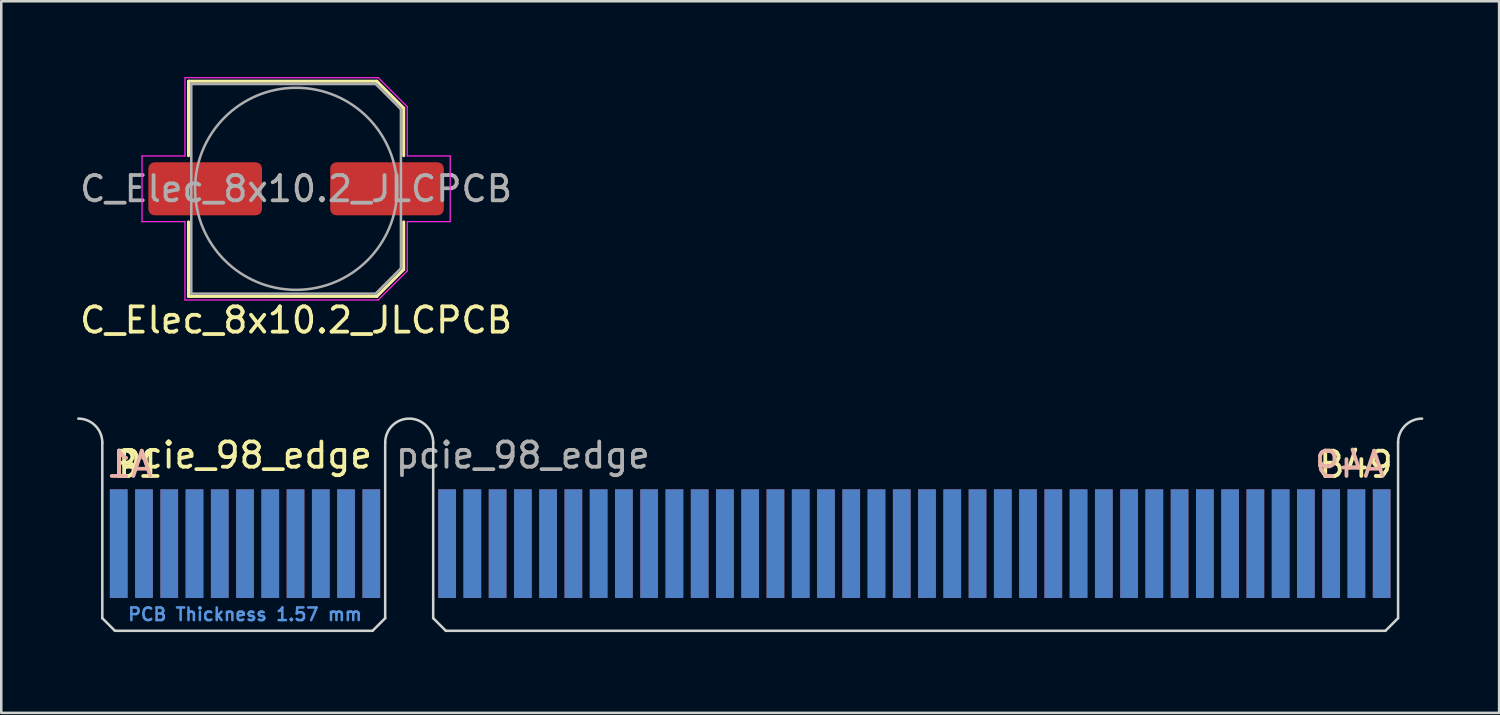
<source format=kicad_pcb>
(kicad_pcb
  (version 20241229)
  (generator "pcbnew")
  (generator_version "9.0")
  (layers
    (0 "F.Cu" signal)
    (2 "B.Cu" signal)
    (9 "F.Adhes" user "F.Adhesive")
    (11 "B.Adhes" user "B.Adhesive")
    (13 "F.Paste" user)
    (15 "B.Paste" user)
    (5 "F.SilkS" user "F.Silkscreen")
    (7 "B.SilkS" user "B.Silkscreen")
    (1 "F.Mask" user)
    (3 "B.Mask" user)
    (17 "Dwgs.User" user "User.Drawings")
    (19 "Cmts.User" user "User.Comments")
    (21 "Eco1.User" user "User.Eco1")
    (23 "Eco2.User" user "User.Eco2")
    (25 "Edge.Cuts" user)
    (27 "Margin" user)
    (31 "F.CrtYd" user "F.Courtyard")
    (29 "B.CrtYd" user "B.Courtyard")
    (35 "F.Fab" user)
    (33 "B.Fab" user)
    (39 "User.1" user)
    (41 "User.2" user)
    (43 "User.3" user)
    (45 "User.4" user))
  (footprint "C_Elec_8x10.2_JLCPCB"
    (layer "F.Cu")
    (at 8.673 4.425)
    (property "Reference" "C_Elec_8x10.2_JLCPCB" (at 0 5.2 180) (layer "F.SilkS") (effects (font (size 1 1) (thickness 0.15))))
    (attr smd)
    (fp_line (start -4.26 -4.26) (end -4.26 -1.31) (stroke (width 0.12) (type solid)) (layer "F.SilkS"))
    (fp_line (start -4.26 4.26) (end -4.26 1.31) (stroke (width 0.12) (type solid)) (layer "F.SilkS"))
    (fp_line (start 3.196 -4.26) (end -4.26 -4.26) (stroke (width 0.12) (type solid)) (layer "F.SilkS"))
    (fp_line (start 3.196 4.26) (end -4.26 4.26) (stroke (width 0.12) (type solid)) (layer "F.SilkS"))
    (fp_line (start 4.26 -3.196) (end 3.196 -4.26) (stroke (width 0.12) (type solid)) (layer "F.SilkS"))
    (fp_line (start 4.26 -3.196) (end 4.26 -1.31) (stroke (width 0.12) (type solid)) (layer "F.SilkS"))
    (fp_line (start 4.26 3.196) (end 3.196 4.26) (stroke (width 0.12) (type solid)) (layer "F.SilkS"))
    (fp_line (start 4.26 3.196) (end 4.26 1.31) (stroke (width 0.12) (type solid)) (layer "F.SilkS"))
    (fp_line (start -6.1 -1.3) (end -4.4 -1.3) (stroke (width 0.05) (type solid)) (layer "F.CrtYd"))
    (fp_line (start -6.1 1.3) (end -6.1 -1.3) (stroke (width 0.05) (type solid)) (layer "F.CrtYd"))
    (fp_line (start -4.4 -1.3) (end -4.4 -4.4) (stroke (width 0.05) (type solid)) (layer "F.CrtYd"))
    (fp_line (start -4.4 1.3) (end -6.1 1.3) (stroke (width 0.05) (type solid)) (layer "F.CrtYd"))
    (fp_line (start -4.4 4.4) (end -4.4 1.3) (stroke (width 0.05) (type solid)) (layer "F.CrtYd"))
    (fp_line (start 3.25 -4.4) (end -4.4 -4.4) (stroke (width 0.05) (type solid)) (layer "F.CrtYd"))
    (fp_line (start 3.25 4.4) (end -4.4 4.4) (stroke (width 0.05) (type solid)) (layer "F.CrtYd"))
    (fp_line (start 4.4 -3.25) (end 3.25 -4.4) (stroke (width 0.05) (type solid)) (layer "F.CrtYd"))
    (fp_line (start 4.4 -1.3) (end 4.4 -3.25) (stroke (width 0.05) (type solid)) (layer "F.CrtYd"))
    (fp_line (start 4.4 1.3) (end 6.1 1.3) (stroke (width 0.05) (type solid)) (layer "F.CrtYd"))
    (fp_line (start 4.4 3.25) (end 3.25 4.4) (stroke (width 0.05) (type solid)) (layer "F.CrtYd"))
    (fp_line (start 4.4 3.25) (end 4.4 1.3) (stroke (width 0.05) (type solid)) (layer "F.CrtYd"))
    (fp_line (start 6.1 -1.3) (end 4.4 -1.3) (stroke (width 0.05) (type solid)) (layer "F.CrtYd"))
    (fp_line (start 6.1 1.3) (end 6.1 -1.3) (stroke (width 0.05) (type solid)) (layer "F.CrtYd"))
    (fp_line (start -4.15 4.15) (end -4.15 -4.15) (stroke (width 0.1) (type solid)) (layer "F.Fab"))
    (fp_line (start 3.15 -4.15) (end -4.15 -4.15) (stroke (width 0.1) (type solid)) (layer "F.Fab"))
    (fp_line (start 3.15 4.15) (end -4.15 4.15) (stroke (width 0.1) (type solid)) (layer "F.Fab"))
    (fp_line (start 4.15 -3.15) (end 3.15 -4.15) (stroke (width 0.1) (type solid)) (layer "F.Fab"))
    (fp_line (start 4.15 3.15) (end 3.15 4.15) (stroke (width 0.1) (type solid)) (layer "F.Fab"))
    (fp_line (start 4.15 3.15) (end 4.15 -3.15) (stroke (width 0.1) (type solid)) (layer "F.Fab"))
    (fp_circle (center 0 0) (end -4 0) (stroke (width 0.1) (type solid)) (fill no) (layer "F.Fab"))
    (fp_text user "${REFERENCE}" (at 0 0 180) (layer "F.Fab") (effects (font (size 1 1) (thickness 0.15))))
    (pad "1" smd roundrect (at 3.6 0 180) (size 4.5 2.1) (layers "F.Cu" "F.Mask" "F.Paste") (roundrect_rratio 0.119))
    (pad "2" smd roundrect (at -3.6 0 180) (size 4.5 2.1) (layers "F.Cu" "F.Mask" "F.Paste") (roundrect_rratio 0.119)))
  (footprint "pcie_98_edge"
    (layer "F.Cu")
    (at 13.15 21.923)
    (property "Reference" "pcie_98_edge" (at -6.5 -6.95 0) (layer "F.SilkS") (effects (font (size 1 1) (thickness 0.15))))
    (attr exclude_from_pos_files exclude_from_bom)
    (fp_line (start -12.15 -7.45) (end -12.15 -0.5) (stroke (width 0.1) (type solid)) (layer "Edge.Cuts"))
    (fp_line (start -12.15 -0.5) (end -11.65 0) (stroke (width 0.1) (type solid)) (layer "Edge.Cuts"))
    (fp_line (start -11.65 0) (end -1.45 0) (stroke (width 0.1) (type solid)) (layer "Edge.Cuts"))
    (fp_line (start -0.95 -7.45) (end -0.95 -0.5) (stroke (width 0.1) (type solid)) (layer "Edge.Cuts"))
    (fp_line (start -0.95 -0.5) (end -1.45 0) (stroke (width 0.1) (type solid)) (layer "Edge.Cuts"))
    (fp_line (start 0.95 -7.45) (end 0.95 -0.5) (stroke (width 0.1) (type solid)) (layer "Edge.Cuts"))
    (fp_line (start 0.95 -0.5) (end 1.45 0) (stroke (width 0.1) (type solid)) (layer "Edge.Cuts"))
    (fp_line (start 1.45 0) (end 38.65 0) (stroke (width 0.1) (type solid)) (layer "Edge.Cuts"))
    (fp_line (start 39.15 -7.45) (end 39.15 -0.5) (stroke (width 0.1) (type solid)) (layer "Edge.Cuts"))
    (fp_line (start 39.15 -0.5) (end 38.65 0) (stroke (width 0.1) (type solid)) (layer "Edge.Cuts"))
    (fp_arc (start -13.1 -8.4) (mid -12.428248 -8.121752) (end -12.15 -7.45) (stroke (width 0.1) (type default)) (layer "Edge.Cuts"))
    (fp_arc (start -0.95 -7.45) (mid 0 -8.4) (end 0.95 -7.45) (stroke (width 0.1) (type solid)) (layer "Edge.Cuts"))
    (fp_arc (start 39.15 -7.45) (mid 39.428248 -8.121752) (end 40.1 -8.4) (stroke (width 0.1) (type default)) (layer "Edge.Cuts"))
    (fp_text user "B1" (at -11.82 -6 0) (unlocked yes) (layer "F.SilkS") (effects (font (size 1 1) (thickness 0.15)) (justify left bottom)))
    (fp_text user "B49" (at 35.93 -6 0) (unlocked yes) (layer "F.SilkS") (effects (font (size 1 1) (thickness 0.15)) (justify left bottom)))
    (fp_text user "A1" (at -10.06 -6 0) (unlocked yes) (layer "B.SilkS") (effects (font (size 1 1) (thickness 0.15)) (justify left bottom mirror)))
    (fp_text user "A49" (at 38.73 -6 0) (unlocked yes) (layer "B.SilkS") (effects (font (size 1 1) (thickness 0.15)) (justify left bottom mirror)))
    (fp_text user "PCB Thickness 1.57 mm" (at -6.5 -0.65 180) (layer "Cmts.User") (effects (font (size 0.5 0.5) (thickness 0.1))))
    (fp_text user "${REFERENCE}" (at 4.5 -6.95 0) (layer "F.Fab") (effects (font (size 1 1) (thickness 0.15))))
    (pad "A1" connect rect (at -11.5 -3.45) (size 0.7 4.3) (layers "B.Cu" "B.Mask"))
    (pad "A2" connect rect (at -10.5 -3.45) (size 0.7 4.3) (layers "B.Cu" "B.Mask"))
    (pad "A3" connect rect (at -9.5 -3.45) (size 0.7 4.3) (layers "B.Cu" "B.Mask"))
    (pad "A4" connect rect (at -8.5 -3.45) (size 0.7 4.3) (layers "B.Cu" "B.Mask"))
    (pad "A5" connect rect (at -7.5 -3.45) (size 0.7 4.3) (layers "B.Cu" "B.Mask"))
    (pad "A6" connect rect (at -6.5 -3.45) (size 0.7 4.3) (layers "B.Cu" "B.Mask"))
    (pad "A7" connect rect (at -5.5 -3.45) (size 0.7 4.3) (layers "B.Cu" "B.Mask"))
    (pad "A8" connect rect (at -4.5 -3.45) (size 0.7 4.3) (layers "B.Cu" "B.Mask"))
    (pad "A9" connect rect (at -3.5 -3.45) (size 0.7 4.3) (layers "B.Cu" "B.Mask"))
    (pad "A10" connect rect (at -2.5 -3.45) (size 0.7 4.3) (layers "B.Cu" "B.Mask"))
    (pad "A11" connect rect (at -1.5 -3.45) (size 0.7 4.3) (layers "B.Cu" "B.Mask"))
    (pad "A12" connect rect (at 1.5 -3.45) (size 0.7 4.3) (layers "B.Cu" "B.Mask"))
    (pad "A13" connect rect (at 2.5 -3.45) (size 0.7 4.3) (layers "B.Cu" "B.Mask"))
    (pad "A14" connect rect (at 3.5 -3.45) (size 0.7 4.3) (layers "B.Cu" "B.Mask"))
    (pad "A15" connect rect (at 4.5 -3.45) (size 0.7 4.3) (layers "B.Cu" "B.Mask"))
    (pad "A16" connect rect (at 5.5 -3.45) (size 0.7 4.3) (layers "B.Cu" "B.Mask"))
    (pad "A17" connect rect (at 6.5 -3.45) (size 0.7 4.3) (layers "B.Cu" "B.Mask"))
    (pad "A18" connect rect (at 7.5 -3.45) (size 0.7 4.3) (layers "B.Cu" "B.Mask"))
    (pad "A19" connect rect (at 8.5 -3.45) (size 0.7 4.3) (layers "B.Cu" "B.Mask"))
    (pad "A20" connect rect (at 9.5 -3.45) (size 0.7 4.3) (layers "B.Cu" "B.Mask"))
    (pad "A21" connect rect (at 10.5 -3.45) (size 0.7 4.3) (layers "B.Cu" "B.Mask"))
    (pad "A22" connect rect (at 11.5 -3.45) (size 0.7 4.3) (layers "B.Cu" "B.Mask"))
    (pad "A23" connect rect (at 12.5 -3.45) (size 0.7 4.3) (layers "B.Cu" "B.Mask"))
    (pad "A24" connect rect (at 13.5 -3.45) (size 0.7 4.3) (layers "B.Cu" "B.Mask"))
    (pad "A25" connect rect (at 14.5 -3.45) (size 0.7 4.3) (layers "B.Cu" "B.Mask"))
    (pad "A26" connect rect (at 15.5 -3.45) (size 0.7 4.3) (layers "B.Cu" "B.Mask"))
    (pad "A27" connect rect (at 16.5 -3.45) (size 0.7 4.3) (layers "B.Cu" "B.Mask"))
    (pad "A28" connect rect (at 17.5 -3.45) (size 0.7 4.3) (layers "B.Cu" "B.Mask"))
    (pad "A29" connect rect (at 18.5 -3.45) (size 0.7 4.3) (layers "B.Cu" "B.Mask"))
    (pad "A30" connect rect (at 19.5 -3.45) (size 0.7 4.3) (layers "B.Cu" "B.Mask"))
    (pad "A31" connect rect (at 20.5 -3.45) (size 0.7 4.3) (layers "B.Cu" "B.Mask"))
    (pad "A32" connect rect (at 21.5 -3.45) (size 0.7 4.3) (layers "B.Cu" "B.Mask"))
    (pad "A33" connect rect (at 22.5 -3.45) (size 0.7 4.3) (layers "B.Cu" "B.Mask"))
    (pad "A34" connect rect (at 23.5 -3.45) (size 0.7 4.3) (layers "B.Cu" "B.Mask"))
    (pad "A35" connect rect (at 24.5 -3.45) (size 0.7 4.3) (layers "B.Cu" "B.Mask"))
    (pad "A36" connect rect (at 25.5 -3.45) (size 0.7 4.3) (layers "B.Cu" "B.Mask"))
    (pad "A37" connect rect (at 26.5 -3.45) (size 0.7 4.3) (layers "B.Cu" "B.Mask"))
    (pad "A38" connect rect (at 27.5 -3.45) (size 0.7 4.3) (layers "B.Cu" "B.Mask"))
    (pad "A39" connect rect (at 28.5 -3.45) (size 0.7 4.3) (layers "B.Cu" "B.Mask"))
    (pad "A40" connect rect (at 29.5 -3.45) (size 0.7 4.3) (layers "B.Cu" "B.Mask"))
    (pad "A41" connect rect (at 30.5 -3.45) (size 0.7 4.3) (layers "B.Cu" "B.Mask"))
    (pad "A42" connect rect (at 31.5 -3.45) (size 0.7 4.3) (layers "B.Cu" "B.Mask"))
    (pad "A43" connect rect (at 32.5 -3.45) (size 0.7 4.3) (layers "B.Cu" "B.Mask"))
    (pad "A44" connect rect (at 33.5 -3.45) (size 0.7 4.3) (layers "B.Cu" "B.Mask"))
    (pad "A45" connect rect (at 34.5 -3.45) (size 0.7 4.3) (layers "B.Cu" "B.Mask"))
    (pad "A46" connect rect (at 35.5 -3.45) (size 0.7 4.3) (layers "B.Cu" "B.Mask"))
    (pad "A47" connect rect (at 36.5 -3.45) (size 0.7 4.3) (layers "B.Cu" "B.Mask"))
    (pad "A48" connect rect (at 37.5 -3.45) (size 0.7 4.3) (layers "B.Cu" "B.Mask"))
    (pad "A49" connect rect (at 38.5 -3.45) (size 0.7 4.3) (layers "B.Cu" "B.Mask"))
    (pad "B1" connect rect (at -11.5 -3.45) (size 0.7 4.3) (layers "F.Cu" "F.Mask"))
    (pad "B2" connect rect (at -10.5 -3.45) (size 0.7 4.3) (layers "F.Cu" "F.Mask"))
    (pad "B3" connect rect (at -9.5 -3.45) (size 0.7 4.3) (layers "F.Cu" "F.Mask"))
    (pad "B4" connect rect (at -8.5 -3.45) (size 0.7 4.3) (layers "F.Cu" "F.Mask"))
    (pad "B5" connect rect (at -7.5 -3.45) (size 0.7 4.3) (layers "F.Cu" "F.Mask"))
    (pad "B6" connect rect (at -6.5 -3.45) (size 0.7 4.3) (layers "F.Cu" "F.Mask"))
    (pad "B7" connect rect (at -5.5 -3.45) (size 0.7 4.3) (layers "F.Cu" "F.Mask"))
    (pad "B8" connect rect (at -4.5 -3.45) (size 0.7 4.3) (layers "F.Cu" "F.Mask"))
    (pad "B9" connect rect (at -3.5 -3.45) (size 0.7 4.3) (layers "F.Cu" "F.Mask"))
    (pad "B10" connect rect (at -2.5 -3.45) (size 0.7 4.3) (layers "F.Cu" "F.Mask"))
    (pad "B11" connect rect (at -1.5 -3.45) (size 0.7 4.3) (layers "F.Cu" "F.Mask"))
    (pad "B12" connect rect (at 1.5 -3.45) (size 0.7 4.3) (layers "F.Cu" "F.Mask"))
    (pad "B13" connect rect (at 2.5 -3.45) (size 0.7 4.3) (layers "F.Cu" "F.Mask"))
    (pad "B14" connect rect (at 3.5 -3.45) (size 0.7 4.3) (layers "F.Cu" "F.Mask"))
    (pad "B15" connect rect (at 4.5 -3.45) (size 0.7 4.3) (layers "F.Cu" "F.Mask"))
    (pad "B16" connect rect (at 5.5 -3.45) (size 0.7 4.3) (layers "F.Cu" "F.Mask"))
    (pad "B17" connect rect (at 6.5 -3.45) (size 0.7 4.3) (layers "F.Cu" "F.Mask"))
    (pad "B18" connect rect (at 7.5 -3.45) (size 0.7 4.3) (layers "F.Cu" "F.Mask"))
    (pad "B19" connect rect (at 8.5 -3.45) (size 0.7 4.3) (layers "F.Cu" "F.Mask"))
    (pad "B20" connect rect (at 9.5 -3.45) (size 0.7 4.3) (layers "F.Cu" "F.Mask"))
    (pad "B21" connect rect (at 10.5 -3.45) (size 0.7 4.3) (layers "F.Cu" "F.Mask"))
    (pad "B22" connect rect (at 11.5 -3.45) (size 0.7 4.3) (layers "F.Cu" "F.Mask"))
    (pad "B23" connect rect (at 12.5 -3.45) (size 0.7 4.3) (layers "F.Cu" "F.Mask"))
    (pad "B24" connect rect (at 13.5 -3.45) (size 0.7 4.3) (layers "F.Cu" "F.Mask"))
    (pad "B25" connect rect (at 14.5 -3.45) (size 0.7 4.3) (layers "F.Cu" "F.Mask"))
    (pad "B26" connect rect (at 15.5 -3.45) (size 0.7 4.3) (layers "F.Cu" "F.Mask"))
    (pad "B27" connect rect (at 16.5 -3.45) (size 0.7 4.3) (layers "F.Cu" "F.Mask"))
    (pad "B28" connect rect (at 17.5 -3.45) (size 0.7 4.3) (layers "F.Cu" "F.Mask"))
    (pad "B29" connect rect (at 18.5 -3.45) (size 0.7 4.3) (layers "F.Cu" "F.Mask"))
    (pad "B30" connect rect (at 19.5 -3.45) (size 0.7 4.3) (layers "F.Cu" "F.Mask"))
    (pad "B31" connect rect (at 20.5 -3.45) (size 0.7 4.3) (layers "F.Cu" "F.Mask"))
    (pad "B32" connect rect (at 21.5 -3.45) (size 0.7 4.3) (layers "F.Cu" "F.Mask"))
    (pad "B33" connect rect (at 22.5 -3.45) (size 0.7 4.3) (layers "F.Cu" "F.Mask"))
    (pad "B34" connect rect (at 23.5 -3.45) (size 0.7 4.3) (layers "F.Cu" "F.Mask"))
    (pad "B35" connect rect (at 24.5 -3.45) (size 0.7 4.3) (layers "F.Cu" "F.Mask"))
    (pad "B36" connect rect (at 25.5 -3.45) (size 0.7 4.3) (layers "F.Cu" "F.Mask"))
    (pad "B37" connect rect (at 26.5 -3.45) (size 0.7 4.3) (layers "F.Cu" "F.Mask"))
    (pad "B38" connect rect (at 27.5 -3.45) (size 0.7 4.3) (layers "F.Cu" "F.Mask"))
    (pad "B39" connect rect (at 28.5 -3.45) (size 0.7 4.3) (layers "F.Cu" "F.Mask"))
    (pad "B40" connect rect (at 29.5 -3.45) (size 0.7 4.3) (layers "F.Cu" "F.Mask"))
    (pad "B41" connect rect (at 30.5 -3.45) (size 0.7 4.3) (layers "F.Cu" "F.Mask"))
    (pad "B42" connect rect (at 31.5 -3.45) (size 0.7 4.3) (layers "F.Cu" "F.Mask"))
    (pad "B43" connect rect (at 32.5 -3.45) (size 0.7 4.3) (layers "F.Cu" "F.Mask"))
    (pad "B44" connect rect (at 33.5 -3.45) (size 0.7 4.3) (layers "F.Cu" "F.Mask"))
    (pad "B45" connect rect (at 34.5 -3.45) (size 0.7 4.3) (layers "F.Cu" "F.Mask"))
    (pad "B46" connect rect (at 35.5 -3.45) (size 0.7 4.3) (layers "F.Cu" "F.Mask"))
    (pad "B47" connect rect (at 36.5 -3.45) (size 0.7 4.3) (layers "F.Cu" "F.Mask"))
    (pad "B48" connect rect (at 37.5 -3.45) (size 0.7 4.3) (layers "F.Cu" "F.Mask"))
    (pad "B49" connect rect (at 38.5 -3.45) (size 0.7 4.3) (layers "F.Cu" "F.Mask")))
  (gr_rect
    (start -3 -3)
    (end 56.3 25.173)
    (stroke (width 0.1) (type default))
    (fill no)
    (layer "Edge.Cuts")))
</source>
